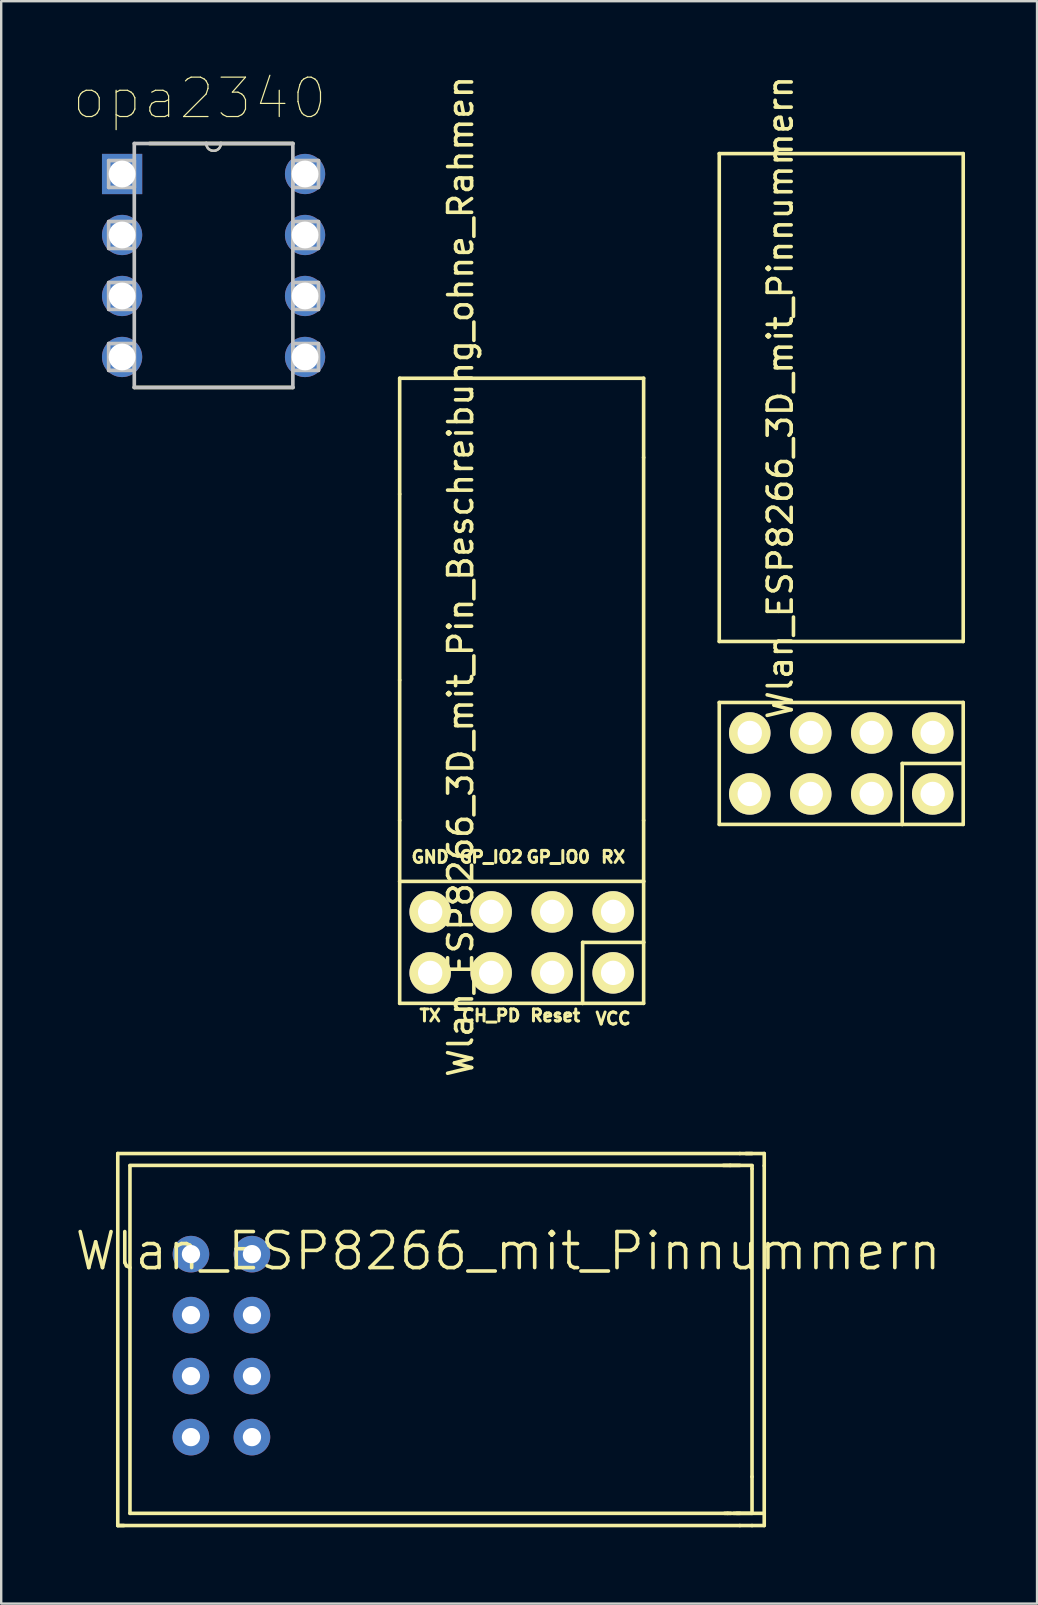
<source format=kicad_pcb>
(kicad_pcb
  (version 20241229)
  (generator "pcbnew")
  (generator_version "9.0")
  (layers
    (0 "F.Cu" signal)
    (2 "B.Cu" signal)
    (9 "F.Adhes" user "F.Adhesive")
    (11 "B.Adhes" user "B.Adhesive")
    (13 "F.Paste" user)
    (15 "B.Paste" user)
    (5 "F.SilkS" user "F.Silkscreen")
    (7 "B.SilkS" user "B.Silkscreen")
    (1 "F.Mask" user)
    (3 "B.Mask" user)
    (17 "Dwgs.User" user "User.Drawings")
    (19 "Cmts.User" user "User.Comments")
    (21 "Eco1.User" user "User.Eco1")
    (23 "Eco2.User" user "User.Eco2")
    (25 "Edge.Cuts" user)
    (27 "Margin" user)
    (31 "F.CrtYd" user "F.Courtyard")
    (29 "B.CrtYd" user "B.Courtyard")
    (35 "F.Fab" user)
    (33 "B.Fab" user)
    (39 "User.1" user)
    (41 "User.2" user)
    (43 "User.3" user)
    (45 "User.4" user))
  (footprint "Wlan_ESP8266_3D_mit_Pinnummern"
    (layer "F.Cu")
    (at 31.986 28.746)
    (property "Reference" "Wlan_ESP8266_3D_mit_Pinnummern" (at -2.54 -15.24 90) (layer "F.SilkS") (effects (font (size 1 1) (thickness 0.15))))
    (fp_line (start -5.08 -25.4) (end 5.08 -25.4) (stroke (width 0.15) (type solid)) (layer "F.SilkS"))
    (fp_line (start -5.08 -5.08) (end -5.08 -25.4) (stroke (width 0.15) (type solid)) (layer "F.SilkS"))
    (fp_line (start -5.08 -2.54) (end 5.08 -2.54) (stroke (width 0.15) (type solid)) (layer "F.SilkS"))
    (fp_line (start -5.08 2.54) (end -5.08 -2.54) (stroke (width 0.15) (type solid)) (layer "F.SilkS"))
    (fp_line (start 2.54 0) (end 2.54 2.54) (stroke (width 0.15) (type solid)) (layer "F.SilkS"))
    (fp_line (start 2.54 2.54) (end -5.08 2.54) (stroke (width 0.15) (type solid)) (layer "F.SilkS"))
    (fp_line (start 5.08 -25.4) (end 5.08 -5.08) (stroke (width 0.15) (type solid)) (layer "F.SilkS"))
    (fp_line (start 5.08 -5.08) (end -5.08 -5.08) (stroke (width 0.15) (type solid)) (layer "F.SilkS"))
    (fp_line (start 5.08 -2.54) (end 5.08 0) (stroke (width 0.15) (type solid)) (layer "F.SilkS"))
    (fp_line (start 5.08 0) (end 2.54 0) (stroke (width 0.15) (type solid)) (layer "F.SilkS"))
    (fp_line (start 5.08 2.54) (end 2.54 2.54) (stroke (width 0.15) (type solid)) (layer "F.SilkS"))
    (fp_line (start 5.08 2.54) (end 5.08 0) (stroke (width 0.15) (type solid)) (layer "F.SilkS"))
    (pad "1" thru_hole oval (at -3.81 1.27 180) (size 1.727 1.727) (drill 1.016) (layers "*.Cu" "*.Mask" "F.SilkS"))
    (pad "2" thru_hole oval (at -1.27 1.27 180) (size 1.727 1.727) (drill 1.016) (layers "*.Cu" "*.Mask" "F.SilkS"))
    (pad "3" thru_hole oval (at 1.27 1.27 180) (size 1.727 1.727) (drill 1.016) (layers "*.Cu" "*.Mask" "F.SilkS"))
    (pad "4" thru_hole circle (at 3.81 1.27 180) (size 1.727 1.727) (drill 1.016) (layers "*.Cu" "*.Mask" "F.SilkS"))
    (pad "5" thru_hole oval (at -3.81 -1.27 180) (size 1.727 1.727) (drill 1.016) (layers "*.Cu" "*.Mask" "F.SilkS"))
    (pad "6" thru_hole oval (at -1.27 -1.27 180) (size 1.727 1.727) (drill 1.016) (layers "*.Cu" "*.Mask" "F.SilkS"))
    (pad "7" thru_hole oval (at 1.27 -1.27 180) (size 1.727 1.727) (drill 1.016) (layers "*.Cu" "*.Mask" "F.SilkS"))
    (pad "8" thru_hole oval (at 3.81 -1.27 180) (size 1.727 1.727) (drill 1.016) (layers "*.Cu" "*.Mask" "F.SilkS")))
  (footprint "opa2340"
    (layer "F.Cu")
    (at 9.655 11.817)
    (property "Reference" "opa2340" (at -4.394 -10.77 0) (layer "F.SilkS") (effects (font (size 1.64 1.64) (thickness 0.05))))
    (fp_line (start -7.112 1.27) (end -0.508 1.27) (stroke (width 0.152) (type solid)) (layer "F.SilkS"))
    (fp_line (start -4.115 -8.89) (end -6.477 -8.89) (stroke (width 0.152) (type solid)) (layer "F.SilkS"))
    (fp_line (start -3.505 -8.89) (end -4.115 -8.89) (stroke (width 0.152) (type solid)) (layer "F.SilkS"))
    (fp_line (start -0.508 -8.89) (end -3.505 -8.89) (stroke (width 0.152) (type solid)) (layer "F.SilkS"))
    (fp_arc (start -3.5052 -8.89) (mid -3.81 -8.5852) (end -4.1148 -8.89) (stroke (width 0.1) (type solid)) (layer "F.SilkS"))
    (fp_line (start -8.179 -8.179) (end -8.179 -7.061) (stroke (width 0.152) (type solid)) (layer "Dwgs.User"))
    (fp_line (start -8.179 -7.061) (end -7.112 -7.061) (stroke (width 0.152) (type solid)) (layer "Dwgs.User"))
    (fp_line (start -8.179 -5.639) (end -8.179 -4.521) (stroke (width 0.152) (type solid)) (layer "Dwgs.User"))
    (fp_line (start -8.179 -4.521) (end -7.112 -4.521) (stroke (width 0.152) (type solid)) (layer "Dwgs.User"))
    (fp_line (start -8.179 -3.099) (end -8.179 -1.981) (stroke (width 0.152) (type solid)) (layer "Dwgs.User"))
    (fp_line (start -8.179 -1.981) (end -7.112 -1.981) (stroke (width 0.152) (type solid)) (layer "Dwgs.User"))
    (fp_line (start -8.179 -0.559) (end -8.179 0.559) (stroke (width 0.152) (type solid)) (layer "Dwgs.User"))
    (fp_line (start -8.179 0.559) (end -7.112 0.559) (stroke (width 0.152) (type solid)) (layer "Dwgs.User"))
    (fp_line (start -7.112 -8.89) (end -7.112 1.27) (stroke (width 0.152) (type solid)) (layer "Dwgs.User"))
    (fp_line (start -7.112 -8.179) (end -8.179 -8.179) (stroke (width 0.152) (type solid)) (layer "Dwgs.User"))
    (fp_line (start -7.112 -7.061) (end -7.112 -8.179) (stroke (width 0.152) (type solid)) (layer "Dwgs.User"))
    (fp_line (start -7.112 -5.639) (end -8.179 -5.639) (stroke (width 0.152) (type solid)) (layer "Dwgs.User"))
    (fp_line (start -7.112 -4.521) (end -7.112 -5.639) (stroke (width 0.152) (type solid)) (layer "Dwgs.User"))
    (fp_line (start -7.112 -3.099) (end -8.179 -3.099) (stroke (width 0.152) (type solid)) (layer "Dwgs.User"))
    (fp_line (start -7.112 -1.981) (end -7.112 -3.099) (stroke (width 0.152) (type solid)) (layer "Dwgs.User"))
    (fp_line (start -7.112 -0.559) (end -8.179 -0.559) (stroke (width 0.152) (type solid)) (layer "Dwgs.User"))
    (fp_line (start -7.112 0.559) (end -7.112 -0.559) (stroke (width 0.152) (type solid)) (layer "Dwgs.User"))
    (fp_line (start -7.112 1.27) (end -0.508 1.27) (stroke (width 0.152) (type solid)) (layer "Dwgs.User"))
    (fp_line (start -4.115 -8.89) (end -7.112 -8.89) (stroke (width 0.152) (type solid)) (layer "Dwgs.User"))
    (fp_line (start -3.505 -8.89) (end -4.115 -8.89) (stroke (width 0.152) (type solid)) (layer "Dwgs.User"))
    (fp_line (start -0.508 -8.89) (end -3.505 -8.89) (stroke (width 0.152) (type solid)) (layer "Dwgs.User"))
    (fp_line (start -0.508 -8.179) (end -0.508 -7.061) (stroke (width 0.152) (type solid)) (layer "Dwgs.User"))
    (fp_line (start -0.508 -7.061) (end 0.559 -7.061) (stroke (width 0.152) (type solid)) (layer "Dwgs.User"))
    (fp_line (start -0.508 -5.639) (end -0.508 -4.521) (stroke (width 0.152) (type solid)) (layer "Dwgs.User"))
    (fp_line (start -0.508 -4.521) (end 0.559 -4.521) (stroke (width 0.152) (type solid)) (layer "Dwgs.User"))
    (fp_line (start -0.508 -3.099) (end -0.508 -1.981) (stroke (width 0.152) (type solid)) (layer "Dwgs.User"))
    (fp_line (start -0.508 -1.981) (end 0.559 -1.981) (stroke (width 0.152) (type solid)) (layer "Dwgs.User"))
    (fp_line (start -0.508 -0.559) (end -0.508 0.559) (stroke (width 0.152) (type solid)) (layer "Dwgs.User"))
    (fp_line (start -0.508 0.559) (end 0.559 0.559) (stroke (width 0.152) (type solid)) (layer "Dwgs.User"))
    (fp_line (start -0.508 1.27) (end -0.508 -8.89) (stroke (width 0.152) (type solid)) (layer "Dwgs.User"))
    (fp_line (start 0.559 -8.179) (end -0.508 -8.179) (stroke (width 0.152) (type solid)) (layer "Dwgs.User"))
    (fp_line (start 0.559 -7.061) (end 0.559 -8.179) (stroke (width 0.152) (type solid)) (layer "Dwgs.User"))
    (fp_line (start 0.559 -5.639) (end -0.508 -5.639) (stroke (width 0.152) (type solid)) (layer "Dwgs.User"))
    (fp_line (start 0.559 -4.521) (end 0.559 -5.639) (stroke (width 0.152) (type solid)) (layer "Dwgs.User"))
    (fp_line (start 0.559 -3.099) (end -0.508 -3.099) (stroke (width 0.152) (type solid)) (layer "Dwgs.User"))
    (fp_line (start 0.559 -1.981) (end 0.559 -3.099) (stroke (width 0.152) (type solid)) (layer "Dwgs.User"))
    (fp_line (start 0.559 -0.559) (end -0.508 -0.559) (stroke (width 0.152) (type solid)) (layer "Dwgs.User"))
    (fp_line (start 0.559 0.559) (end 0.559 -0.559) (stroke (width 0.152) (type solid)) (layer "Dwgs.User"))
    (fp_arc (start -3.5052 -8.89) (mid -3.81 -8.5852) (end -4.1148 -8.89) (stroke (width 0.1) (type solid)) (layer "Dwgs.User"))
    (pad "1" thru_hole rect (at -7.62 -7.62) (size 1.676 1.676) (drill 1.118) (layers "*.Cu" "*.Mask"))
    (pad "2" thru_hole circle (at -7.62 -5.08) (size 1.676 1.676) (drill 1.118) (layers "*.Cu" "*.Mask"))
    (pad "3" thru_hole circle (at -7.62 -2.54) (size 1.676 1.676) (drill 1.118) (layers "*.Cu" "*.Mask"))
    (pad "4" thru_hole circle (at -7.62 0) (size 1.676 1.676) (drill 1.118) (layers "*.Cu" "*.Mask"))
    (pad "5" thru_hole circle (at 0 0) (size 1.676 1.676) (drill 1.118) (layers "*.Cu" "*.Mask"))
    (pad "6" thru_hole circle (at 0 -2.54) (size 1.676 1.676) (drill 1.118) (layers "*.Cu" "*.Mask"))
    (pad "7" thru_hole circle (at 0 -5.08) (size 1.676 1.676) (drill 1.118) (layers "*.Cu" "*.Mask"))
    (pad "8" thru_hole circle (at 0 -7.62) (size 1.676 1.676) (drill 1.118) (layers "*.Cu" "*.Mask")))
  (footprint "Wlan_ESP8266_mit_Pinnummern"
    (layer "F.Cu")
    (at 2.363 60.486)
    (property "Reference" "Wlan_ESP8266_mit_Pinnummern" (at 15.748 -11.43 0) (layer "F.SilkS") (effects (font (size 1.5 1.5) (thickness 0.15))))
    (fp_line (start -0.508 -15.494) (end -0.508 0) (stroke (width 0.15) (type solid)) (layer "F.SilkS"))
    (fp_line (start -0.508 -15.494) (end 25.4 -15.494) (stroke (width 0.15) (type solid)) (layer "F.SilkS"))
    (fp_line (start -0.508 0) (end -0.254 0) (stroke (width 0.15) (type solid)) (layer "F.SilkS"))
    (fp_line (start 0 -15) (end 25 -15) (stroke (width 0.15) (type solid)) (layer "F.SilkS"))
    (fp_line (start 0 -0.508) (end 0 -14.986) (stroke (width 0.15) (type solid)) (layer "F.SilkS"))
    (fp_line (start 0 -0.508) (end 24.892 -0.508) (stroke (width 0.15) (type solid)) (layer "F.SilkS"))
    (fp_line (start 24.714 -14.999) (end 25.908 -14.999) (stroke (width 0.15) (type solid)) (layer "F.SilkS"))
    (fp_line (start 24.892 -0.508) (end 25.4 -0.508) (stroke (width 0.15) (type solid)) (layer "F.SilkS"))
    (fp_line (start 24.994 -14.999) (end 25.4 -14.999) (stroke (width 0.15) (type solid)) (layer "F.SilkS"))
    (fp_line (start 25.019 -0.508) (end 24.765 -0.508) (stroke (width 0.15) (type solid)) (layer "F.SilkS"))
    (fp_line (start 25.146 -0.508) (end 26.416 -0.508) (stroke (width 0.15) (type solid)) (layer "F.SilkS"))
    (fp_line (start 25.273 -0.508) (end 25.908 -0.508) (stroke (width 0.15) (type solid)) (layer "F.SilkS"))
    (fp_line (start 25.4 -15.494) (end 25.908 -15.494) (stroke (width 0.15) (type solid)) (layer "F.SilkS"))
    (fp_line (start 25.4 0) (end -0.508 0) (stroke (width 0.15) (type solid)) (layer "F.SilkS"))
    (fp_line (start 25.654 -15.494) (end 26.416 -15.494) (stroke (width 0.15) (type solid)) (layer "F.SilkS"))
    (fp_line (start 25.908 -14.859) (end 25.908 -14.986) (stroke (width 0.15) (type solid)) (layer "F.SilkS"))
    (fp_line (start 25.908 -2.032) (end 25.908 -14.859) (stroke (width 0.15) (type solid)) (layer "F.SilkS"))
    (fp_line (start 25.908 -0.508) (end 25.908 -2.032) (stroke (width 0.15) (type solid)) (layer "F.SilkS"))
    (fp_line (start 25.908 0) (end 25.4 0) (stroke (width 0.15) (type solid)) (layer "F.SilkS"))
    (fp_line (start 25.908 0) (end 26.416 0) (stroke (width 0.15) (type solid)) (layer "F.SilkS"))
    (fp_line (start 26.416 -15.494) (end 26.416 -14.986) (stroke (width 0.15) (type solid)) (layer "F.SilkS"))
    (fp_line (start 26.416 -0.508) (end 26.416 -14.986) (stroke (width 0.15) (type solid)) (layer "F.SilkS"))
    (fp_line (start 26.416 0) (end 26.416 -0.508) (stroke (width 0.15) (type solid)) (layer "F.SilkS"))
    (pad "1" thru_hole circle (at 2.54 -11.303) (size 1.524 1.524) (drill 0.762) (layers "*.Cu" "*.Mask"))
    (pad "2" thru_hole circle (at 2.54 -8.763) (size 1.524 1.524) (drill 0.762) (layers "*.Cu" "*.Mask"))
    (pad "3" thru_hole circle (at 2.54 -6.223) (size 1.524 1.524) (drill 0.762) (layers "*.Cu" "*.Mask"))
    (pad "4" thru_hole circle (at 2.54 -3.683) (size 1.524 1.524) (drill 0.762) (layers "*.Cu" "*.Mask"))
    (pad "5" thru_hole circle (at 5.08 -11.303) (size 1.524 1.524) (drill 0.762) (layers "*.Cu" "*.Mask"))
    (pad "6" thru_hole circle (at 5.08 -8.763) (size 1.524 1.524) (drill 0.762) (layers "*.Cu" "*.Mask"))
    (pad "7" thru_hole circle (at 5.08 -6.223) (size 1.524 1.524) (drill 0.762) (layers "*.Cu" "*.Mask"))
    (pad "8" thru_hole circle (at 5.08 -3.683) (size 1.524 1.524) (drill 0.762) (layers "*.Cu" "*.Mask")))
  (footprint "Wlan_ESP8266_3D_mit_Pin_Beschreibung_ohne_Rahmen"
    (layer "F.Cu")
    (at 18.676 36.198)
    (property "Reference" "Wlan_ESP8266_3D_mit_Pin_Beschreibung_ohne_Rahmen" (at -2.54 -15.24 90) (layer "F.SilkS") (effects (font (size 1 1) (thickness 0.15))))
    (fp_line (start -5.08 -23.495) (end 5.08 -23.495) (stroke (width 0.15) (type solid)) (layer "F.SilkS"))
    (fp_line (start -5.08 -18.669) (end -5.08 -23.495) (stroke (width 0.15) (type solid)) (layer "F.SilkS"))
    (fp_line (start -5.08 -10.922) (end -5.08 -18.669) (stroke (width 0.15) (type solid)) (layer "F.SilkS"))
    (fp_line (start -5.08 -5.08) (end -5.08 -10.922) (stroke (width 0.15) (type solid)) (layer "F.SilkS"))
    (fp_line (start -5.08 -5.08) (end -5.08 -2.54) (stroke (width 0.15) (type solid)) (layer "F.SilkS"))
    (fp_line (start -5.08 -2.54) (end 5.08 -2.54) (stroke (width 0.15) (type solid)) (layer "F.SilkS"))
    (fp_line (start -5.08 2.54) (end -5.08 -2.54) (stroke (width 0.15) (type solid)) (layer "F.SilkS"))
    (fp_line (start 2.54 0) (end 2.54 2.54) (stroke (width 0.15) (type solid)) (layer "F.SilkS"))
    (fp_line (start 2.54 2.54) (end -5.08 2.54) (stroke (width 0.15) (type solid)) (layer "F.SilkS"))
    (fp_line (start 5.08 -20.193) (end 5.08 -23.495) (stroke (width 0.15) (type solid)) (layer "F.SilkS"))
    (fp_line (start 5.08 -5.08) (end 5.08 -20.193) (stroke (width 0.15) (type solid)) (layer "F.SilkS"))
    (fp_line (start 5.08 -5.08) (end 5.08 -2.54) (stroke (width 0.15) (type solid)) (layer "F.SilkS"))
    (fp_line (start 5.08 -2.54) (end 5.08 0) (stroke (width 0.15) (type solid)) (layer "F.SilkS"))
    (fp_line (start 5.08 0) (end 2.54 0) (stroke (width 0.15) (type solid)) (layer "F.SilkS"))
    (fp_line (start 5.08 2.54) (end 2.54 2.54) (stroke (width 0.15) (type solid)) (layer "F.SilkS"))
    (fp_line (start 5.08 2.54) (end 5.08 0) (stroke (width 0.15) (type solid)) (layer "F.SilkS"))
    (fp_text user "Reset" (at 1.397 3.048 180) (layer "F.SilkS") (effects (font (size 0.5 0.5) (thickness 0.125))))
    (fp_text user "RX" (at 3.81 -3.556 180) (layer "F.SilkS") (effects (font (size 0.5 0.5) (thickness 0.125))))
    (fp_text user "GP_IO2" (at -1.27 -3.556 180) (layer "F.SilkS") (effects (font (size 0.5 0.5) (thickness 0.125))))
    (fp_text user "VCC" (at 3.81 3.175 180) (layer "F.SilkS") (effects (font (size 0.5 0.5) (thickness 0.125))))
    (fp_text user "GND" (at -3.81 -3.556 180) (layer "F.SilkS") (effects (font (size 0.5 0.5) (thickness 0.125))))
    (fp_text user "CH_PD" (at -1.27 3.048 180) (layer "F.SilkS") (effects (font (size 0.5 0.5) (thickness 0.125))))
    (fp_text user "TX" (at -3.81 3.048 180) (layer "F.SilkS") (effects (font (size 0.5 0.5) (thickness 0.125))))
    (fp_text user "GP_IO0" (at 1.524 -3.556 180) (layer "F.SilkS") (effects (font (size 0.5 0.5) (thickness 0.125))))
    (pad "CH_P" thru_hole oval (at -1.27 1.27 180) (size 1.727 1.727) (drill 1.016) (layers "*.Cu" "*.Mask" "F.SilkS"))
    (pad "GND" thru_hole oval (at -3.81 -1.27 180) (size 1.727 1.727) (drill 1.016) (layers "*.Cu" "*.Mask" "F.SilkS"))
    (pad "GP_0" thru_hole oval (at 1.27 -1.27 180) (size 1.727 1.727) (drill 1.016) (layers "*.Cu" "*.Mask" "F.SilkS"))
    (pad "GP_2" thru_hole oval (at -1.27 -1.27 180) (size 1.727 1.727) (drill 1.016) (layers "*.Cu" "*.Mask" "F.SilkS"))
    (pad "RX" thru_hole oval (at 3.81 -1.27 180) (size 1.727 1.727) (drill 1.016) (layers "*.Cu" "*.Mask" "F.SilkS"))
    (pad "Rese" thru_hole oval (at 1.27 1.27 180) (size 1.727 1.727) (drill 1.016) (layers "*.Cu" "*.Mask" "F.SilkS"))
    (pad "TX" thru_hole oval (at -3.81 1.27 180) (size 1.727 1.727) (drill 1.016) (layers "*.Cu" "*.Mask" "F.SilkS"))
    (pad "VCC" thru_hole circle (at 3.81 1.27 180) (size 1.727 1.727) (drill 1.016) (layers "*.Cu" "*.Mask" "F.SilkS")))
  (gr_rect
    (start -3 -3)
    (end 40.141 63.736)
    (stroke (width 0.1) (type default))
    (fill no)
    (layer "Edge.Cuts")))
</source>
